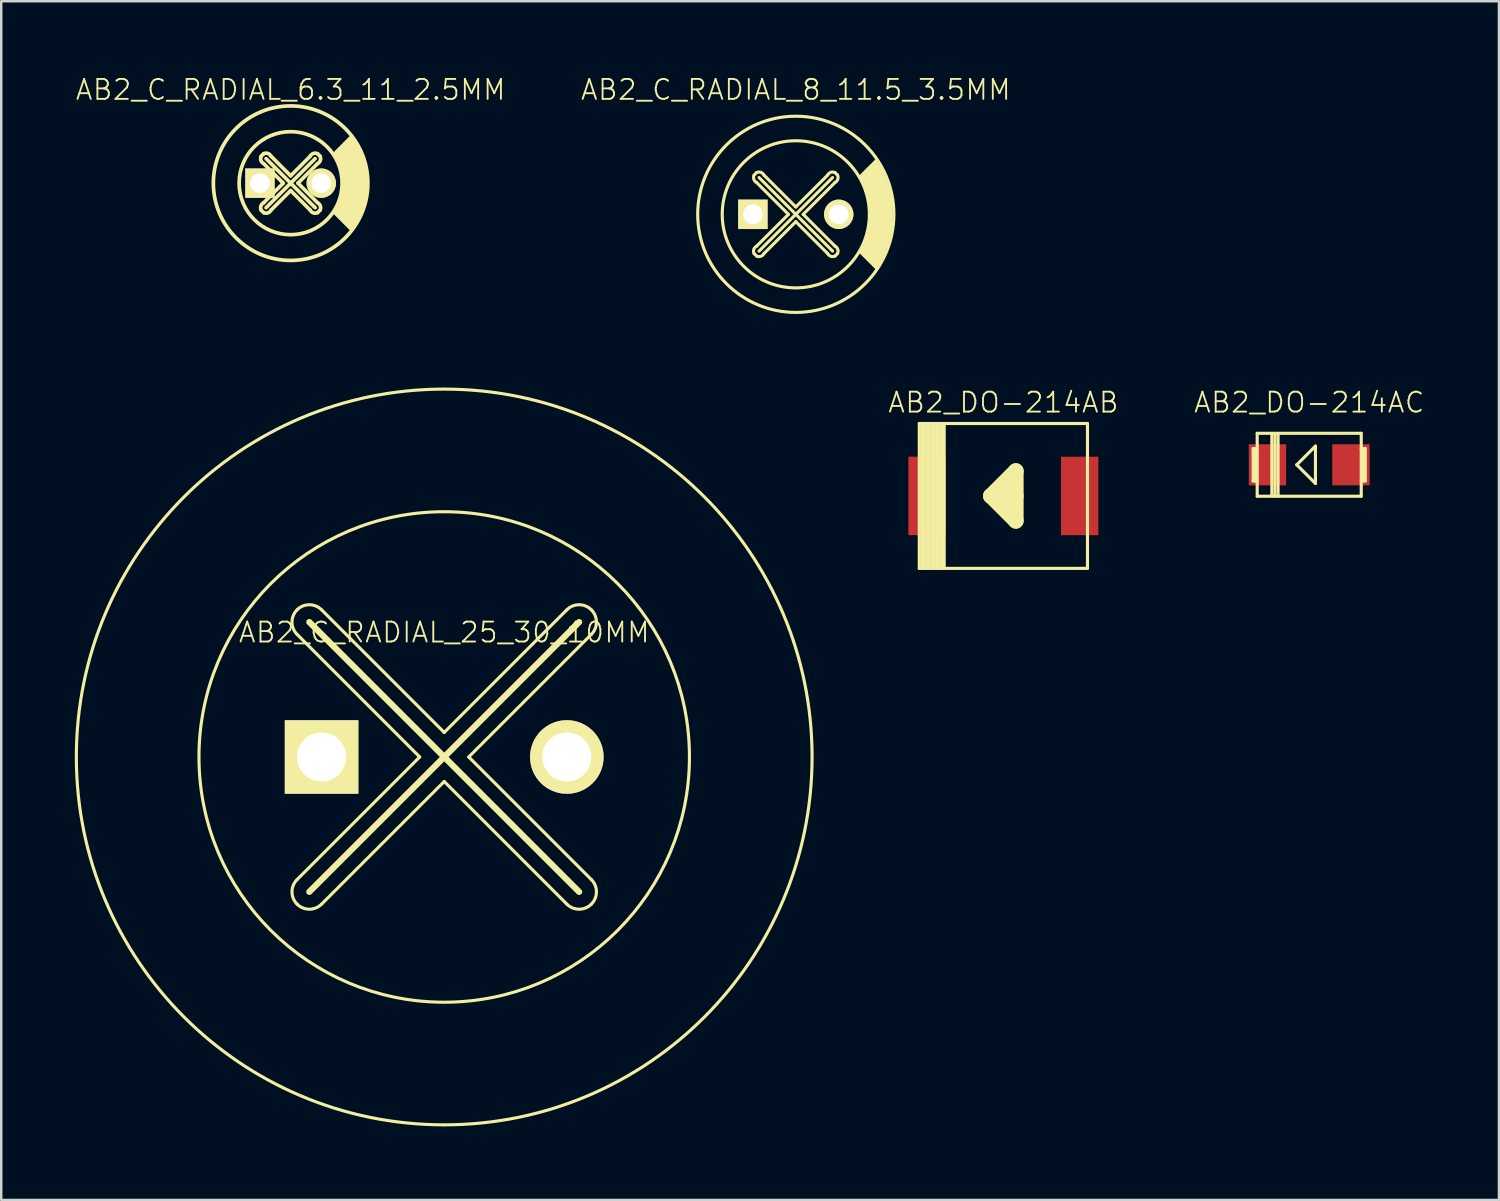
<source format=kicad_pcb>
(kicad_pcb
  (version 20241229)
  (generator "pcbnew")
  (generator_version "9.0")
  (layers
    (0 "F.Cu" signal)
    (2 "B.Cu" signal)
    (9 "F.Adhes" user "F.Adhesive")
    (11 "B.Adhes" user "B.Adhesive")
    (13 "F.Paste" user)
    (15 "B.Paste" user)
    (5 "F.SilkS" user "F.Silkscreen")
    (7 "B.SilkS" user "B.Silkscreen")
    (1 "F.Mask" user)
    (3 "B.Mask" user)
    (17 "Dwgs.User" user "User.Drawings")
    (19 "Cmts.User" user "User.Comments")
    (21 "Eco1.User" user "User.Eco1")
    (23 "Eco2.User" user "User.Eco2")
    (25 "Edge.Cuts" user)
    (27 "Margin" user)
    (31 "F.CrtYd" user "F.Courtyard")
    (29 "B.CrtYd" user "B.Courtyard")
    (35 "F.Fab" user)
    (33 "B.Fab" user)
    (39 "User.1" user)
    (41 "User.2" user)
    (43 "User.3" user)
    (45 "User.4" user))
  (footprint "AB2_C_RADIAL_8_11.5_3.5MM"
    (layer "F.Cu")
    (at 29.399 5.689)
    (property "Reference" "AB2_C_RADIAL_8_11.5_3.5MM" (at 0 -5.08 0) (layer "F.SilkS") (effects (font (size 0.813 0.813) (thickness 0.076))))
    (attr through_hole)
    (fp_line (start -1.7 1.6) (end -1.6 1.7) (stroke (width 0.127) (type solid)) (layer "F.SilkS"))
    (fp_line (start -1.6 -1.7) (end -1.7 -1.6) (stroke (width 0.127) (type solid)) (layer "F.SilkS"))
    (fp_line (start -1.5 -1.5) (end 1.5 1.5) (stroke (width 0.127) (type solid)) (layer "F.SilkS"))
    (fp_line (start -1.5 1.5) (end 1.5 -1.5) (stroke (width 0.127) (type solid)) (layer "F.SilkS"))
    (fp_line (start -0.3 0) (end -1.6 -1.3) (stroke (width 0.127) (type solid)) (layer "F.SilkS"))
    (fp_line (start -0.3 0) (end -1.6 1.3) (stroke (width 0.127) (type solid)) (layer "F.SilkS"))
    (fp_line (start 0 -0.3) (end -1.3 -1.6) (stroke (width 0.127) (type solid)) (layer "F.SilkS"))
    (fp_line (start 0 -0.3) (end 1.3 -1.6) (stroke (width 0.127) (type solid)) (layer "F.SilkS"))
    (fp_line (start 0 0.3) (end -1.3 1.6) (stroke (width 0.127) (type solid)) (layer "F.SilkS"))
    (fp_line (start 0 0.3) (end 1.3 1.6) (stroke (width 0.127) (type solid)) (layer "F.SilkS"))
    (fp_line (start 0.3 0) (end 1.6 -1.3) (stroke (width 0.127) (type solid)) (layer "F.SilkS"))
    (fp_line (start 0.3 0) (end 1.6 1.3) (stroke (width 0.127) (type solid)) (layer "F.SilkS"))
    (fp_line (start 1.6 1.7) (end 1.7 1.6) (stroke (width 0.127) (type solid)) (layer "F.SilkS"))
    (fp_line (start 1.7 -1.6) (end 1.6 -1.7) (stroke (width 0.127) (type solid)) (layer "F.SilkS"))
    (fp_line (start 2.6 -1.5) (end 3.3 -2.2) (stroke (width 0.127) (type solid)) (layer "F.SilkS"))
    (fp_line (start 2.6 1.5) (end 3.3 2.2) (stroke (width 0.127) (type solid)) (layer "F.SilkS"))
    (fp_arc (start -1.7 1.6) (mid -1.712132 1.429289) (end -1.6 1.3) (stroke (width 0.127) (type solid)) (layer "F.SilkS"))
    (fp_arc (start -1.6 -1.7) (mid -1.429289 -1.712132) (end -1.3 -1.6) (stroke (width 0.127) (type solid)) (layer "F.SilkS"))
    (fp_arc (start -1.6 -1.3) (mid -1.712132 -1.429289) (end -1.7 -1.6) (stroke (width 0.127) (type solid)) (layer "F.SilkS"))
    (fp_arc (start -1.3 1.6) (mid -1.429289 1.712132) (end -1.6 1.7) (stroke (width 0.127) (type solid)) (layer "F.SilkS"))
    (fp_arc (start 1.3 -1.6) (mid 1.429289 -1.712132) (end 1.6 -1.7) (stroke (width 0.127) (type solid)) (layer "F.SilkS"))
    (fp_arc (start 1.6 1.3) (mid 1.712132 1.429289) (end 1.7 1.6) (stroke (width 0.127) (type solid)) (layer "F.SilkS"))
    (fp_arc (start 1.6 1.7) (mid 1.429289 1.712132) (end 1.3 1.6) (stroke (width 0.127) (type solid)) (layer "F.SilkS"))
    (fp_arc (start 1.7 -1.6) (mid 1.712132 -1.429289) (end 1.6 -1.3) (stroke (width 0.127) (type solid)) (layer "F.SilkS"))
    (fp_arc (start 2.65 -1.55) (mid 3.069967 -0.017339) (end 2.667339 1.519967) (stroke (width 0.127) (type solid)) (layer "F.SilkS"))
    (fp_arc (start 2.7 -1.6) (mid 3.138394 -0.021947) (end 2.722113 1.562083) (stroke (width 0.127) (type solid)) (layer "F.SilkS"))
    (fp_arc (start 2.75 -1.65) (mid 3.206918 -0.025958) (end 2.776349 1.605268) (stroke (width 0.127) (type solid)) (layer "F.SilkS"))
    (fp_arc (start 2.8 -1.7) (mid 3.275536 -0.02937) (end 2.830034 1.649518) (stroke (width 0.127) (type solid)) (layer "F.SilkS"))
    (fp_arc (start 2.85 -1.75) (mid 3.344243 -0.032184) (end 2.883152 1.694825) (stroke (width 0.127) (type solid)) (layer "F.SilkS"))
    (fp_arc (start 2.9 -1.8) (mid 3.413036 -0.034399) (end 2.93569 1.741184) (stroke (width 0.127) (type solid)) (layer "F.SilkS"))
    (fp_arc (start 2.95 -1.85) (mid 3.481911 -0.036013) (end 2.987634 1.788587) (stroke (width 0.127) (type solid)) (layer "F.SilkS"))
    (fp_arc (start 3 -1.9) (mid 3.550863 -0.037028) (end 3.038969 1.837027) (stroke (width 0.127) (type solid)) (layer "F.SilkS"))
    (fp_arc (start 3.05 -1.95) (mid 3.619889 -0.03744) (end 3.08968 1.886498) (stroke (width 0.127) (type solid)) (layer "F.SilkS"))
    (fp_arc (start 3.1 -2) (mid 3.688985 -0.037251) (end 3.139755 1.936992) (stroke (width 0.127) (type solid)) (layer "F.SilkS"))
    (fp_arc (start 3.15 -2.05) (mid 3.758147 -0.036459) (end 3.189178 1.988502) (stroke (width 0.127) (type solid)) (layer "F.SilkS"))
    (fp_arc (start 3.2 -2.1) (mid 3.827371 -0.035064) (end 3.237937 2.04102) (stroke (width 0.127) (type solid)) (layer "F.SilkS"))
    (fp_arc (start 3.25 -2.15) (mid 3.896653 -0.033065) (end 3.286017 2.094539) (stroke (width 0.127) (type solid)) (layer "F.SilkS"))
    (fp_circle (center 0 0) (end 0 -4) (stroke (width 0.127) (type solid)) (fill no) (layer "F.SilkS"))
    (fp_circle (center 0 0) (end 0 -3) (stroke (width 0.127) (type solid)) (fill no) (layer "F.SilkS"))
    (pad "1" thru_hole rect (at -1.75 0) (size 1.2 1.2) (drill 0.8) (layers "*.Cu" "*.Mask" "F.SilkS"))
    (pad "2" thru_hole circle (at 1.75 0) (size 1.2 1.2) (drill 0.8) (layers "*.Cu" "*.Mask" "F.SilkS")))
  (footprint "AB2_DO-214AC"
    (layer "F.Cu")
    (at 50.334 15.902)
    (property "Reference" "AB2_DO-214AC" (at 0 -2.54 0) (layer "F.SilkS") (effects (font (size 0.813 0.813) (thickness 0.076))))
    (attr through_hole)
    (fp_line (start -2.286 -0.66) (end -2.286 0.66) (stroke (width 0.127) (type solid)) (layer "F.SilkS"))
    (fp_line (start -2.286 0.66) (end -2.121 0.66) (stroke (width 0.127) (type solid)) (layer "F.SilkS"))
    (fp_line (start -2.197 0.66) (end -2.197 -0.66) (stroke (width 0.127) (type solid)) (layer "F.SilkS"))
    (fp_line (start -2.121 -1.283) (end 2.121 -1.283) (stroke (width 0.127) (type solid)) (layer "F.SilkS"))
    (fp_line (start -2.121 -0.66) (end -2.286 -0.66) (stroke (width 0.127) (type solid)) (layer "F.SilkS"))
    (fp_line (start -2.121 1.283) (end -2.121 -1.283) (stroke (width 0.127) (type solid)) (layer "F.SilkS"))
    (fp_line (start -1.524 -1.27) (end -1.524 1.27) (stroke (width 0.127) (type solid)) (layer "F.SilkS"))
    (fp_line (start -1.397 -1.27) (end -1.397 1.27) (stroke (width 0.127) (type solid)) (layer "F.SilkS"))
    (fp_line (start -1.27 1.27) (end -1.27 -1.27) (stroke (width 0.127) (type solid)) (layer "F.SilkS"))
    (fp_line (start -0.508 0) (end 0.254 -0.762) (stroke (width 0.127) (type solid)) (layer "F.SilkS"))
    (fp_line (start 0.254 -0.762) (end 0.254 0.762) (stroke (width 0.127) (type solid)) (layer "F.SilkS"))
    (fp_line (start 0.254 0.762) (end -0.508 0) (stroke (width 0.127) (type solid)) (layer "F.SilkS"))
    (fp_line (start 2.121 -1.283) (end 2.121 1.283) (stroke (width 0.127) (type solid)) (layer "F.SilkS"))
    (fp_line (start 2.121 0.66) (end 2.286 0.66) (stroke (width 0.127) (type solid)) (layer "F.SilkS"))
    (fp_line (start 2.121 1.283) (end -2.121 1.283) (stroke (width 0.127) (type solid)) (layer "F.SilkS"))
    (fp_line (start 2.197 -0.66) (end 2.197 0.66) (stroke (width 0.127) (type solid)) (layer "F.SilkS"))
    (fp_line (start 2.286 -0.66) (end 2.121 -0.66) (stroke (width 0.127) (type solid)) (layer "F.SilkS"))
    (fp_line (start 2.286 0.66) (end 2.286 -0.66) (stroke (width 0.127) (type solid)) (layer "F.SilkS"))
    (pad "1" smd rect (at 1.702 0) (size 1.524 1.676) (layers "F.Cu" "F.Mask" "F.Paste"))
    (pad "2" smd rect (at -1.702 0) (size 1.524 1.676) (layers "F.Cu" "F.Mask" "F.Paste")))
  (footprint "AB2_DO-214AB"
    (layer "F.Cu")
    (at 37.863 17.172)
    (property "Reference" "AB2_DO-214AB" (at 0 -3.81 0) (layer "F.SilkS") (effects (font (size 0.813 0.813) (thickness 0.076))))
    (attr through_hole)
    (fp_line (start -3.429 -2.953) (end 3.429 -2.953) (stroke (width 0.127) (type solid)) (layer "F.SilkS"))
    (fp_line (start -3.429 2.953) (end -3.429 -2.953) (stroke (width 0.127) (type solid)) (layer "F.SilkS"))
    (fp_line (start -3.327 -2.946) (end -3.327 2.946) (stroke (width 0.127) (type solid)) (layer "F.SilkS"))
    (fp_line (start -3.226 2.946) (end -3.226 -2.946) (stroke (width 0.127) (type solid)) (layer "F.SilkS"))
    (fp_line (start -3.124 -2.946) (end -3.124 2.946) (stroke (width 0.127) (type solid)) (layer "F.SilkS"))
    (fp_line (start -3.023 2.946) (end -3.023 -2.946) (stroke (width 0.127) (type solid)) (layer "F.SilkS"))
    (fp_line (start -2.921 -2.946) (end -2.921 2.946) (stroke (width 0.127) (type solid)) (layer "F.SilkS"))
    (fp_line (start -2.819 2.946) (end -2.819 -2.946) (stroke (width 0.127) (type solid)) (layer "F.SilkS"))
    (fp_line (start -2.718 2.946) (end -2.718 -2.946) (stroke (width 0.127) (type solid)) (layer "F.SilkS"))
    (fp_line (start -2.616 -2.946) (end -2.616 2.946) (stroke (width 0.127) (type solid)) (layer "F.SilkS"))
    (fp_line (start -2.515 2.946) (end -2.515 -2.946) (stroke (width 0.127) (type solid)) (layer "F.SilkS"))
    (fp_line (start -2.413 -2.946) (end -2.413 2.946) (stroke (width 0.127) (type solid)) (layer "F.SilkS"))
    (fp_line (start -0.508 0) (end 0.508 -1.016) (stroke (width 0.635) (type solid)) (layer "F.SilkS"))
    (fp_line (start -0.508 0) (end 0.508 0) (stroke (width 0.635) (type solid)) (layer "F.SilkS"))
    (fp_line (start -0.508 0) (end 0.508 1.016) (stroke (width 0.635) (type solid)) (layer "F.SilkS"))
    (fp_line (start 0.508 -1.016) (end 0.508 1.016) (stroke (width 0.635) (type solid)) (layer "F.SilkS"))
    (fp_line (start 3.429 -2.953) (end 3.429 2.953) (stroke (width 0.127) (type solid)) (layer "F.SilkS"))
    (fp_line (start 3.429 2.953) (end -3.429 2.953) (stroke (width 0.127) (type solid)) (layer "F.SilkS"))
    (pad "1" smd rect (at 3.111 0) (size 1.524 3.2) (layers "F.Cu" "F.Mask" "F.Paste"))
    (pad "2" smd rect (at -3.111 0) (size 1.524 3.2) (layers "F.Cu" "F.Mask" "F.Paste")))
  (footprint "AB2_C_RADIAL_25_30_10MM"
    (layer "F.Cu")
    (at 15.063 27.816)
    (property "Reference" "AB2_C_RADIAL_25_30_10MM" (at 0 -5.08 0) (layer "F.SilkS") (effects (font (size 0.813 0.813) (thickness 0.076))))
    (attr through_hole)
    (fp_line (start -5.5 -5.5) (end 5.5 5.5) (stroke (width 0.254) (type solid)) (layer "F.SilkS"))
    (fp_line (start -5 6) (end 0 1) (stroke (width 0.127) (type solid)) (layer "F.SilkS"))
    (fp_line (start -1 0) (end -6 -5) (stroke (width 0.127) (type solid)) (layer "F.SilkS"))
    (fp_line (start -1 0) (end -6 5) (stroke (width 0.127) (type solid)) (layer "F.SilkS"))
    (fp_line (start 0 -1) (end -5 -6) (stroke (width 0.127) (type solid)) (layer "F.SilkS"))
    (fp_line (start 0 -1) (end 5 -6) (stroke (width 0.127) (type solid)) (layer "F.SilkS"))
    (fp_line (start 0 1) (end 5 6) (stroke (width 0.127) (type solid)) (layer "F.SilkS"))
    (fp_line (start 1 0) (end 6 -5) (stroke (width 0.127) (type solid)) (layer "F.SilkS"))
    (fp_line (start 5.5 -5.5) (end -5.5 5.5) (stroke (width 0.254) (type solid)) (layer "F.SilkS"))
    (fp_line (start 6 5) (end 1 0) (stroke (width 0.127) (type solid)) (layer "F.SilkS"))
    (fp_arc (start -6 -6) (mid -5.5 -6.207107) (end -5 -6) (stroke (width 0.127) (type solid)) (layer "F.SilkS"))
    (fp_arc (start -6 -5) (mid -6.207107 -5.5) (end -6 -6) (stroke (width 0.127) (type solid)) (layer "F.SilkS"))
    (fp_arc (start -6 6) (mid -6.207107 5.5) (end -6 5) (stroke (width 0.127) (type solid)) (layer "F.SilkS"))
    (fp_arc (start -5 6) (mid -5.5 6.207107) (end -6 6) (stroke (width 0.127) (type solid)) (layer "F.SilkS"))
    (fp_arc (start 5 -6) (mid 5.5 -6.207107) (end 6 -6) (stroke (width 0.127) (type solid)) (layer "F.SilkS"))
    (fp_arc (start 6 -6) (mid 6.207107 -5.5) (end 6 -5) (stroke (width 0.127) (type solid)) (layer "F.SilkS"))
    (fp_arc (start 6 5) (mid 6.207107 5.5) (end 6 6) (stroke (width 0.127) (type solid)) (layer "F.SilkS"))
    (fp_arc (start 6 6) (mid 5.5 6.207107) (end 5 6) (stroke (width 0.127) (type solid)) (layer "F.SilkS"))
    (fp_circle (center 0 0) (end 0 -15) (stroke (width 0.127) (type solid)) (fill no) (layer "F.SilkS"))
    (fp_circle (center 0 0) (end 0 -10) (stroke (width 0.127) (type solid)) (fill no) (layer "F.SilkS"))
    (pad "1" thru_hole rect (at -5 0) (size 3 3) (drill 2) (layers "*.Cu" "*.Mask" "F.SilkS"))
    (pad "2" thru_hole circle (at 5 0) (size 3 3) (drill 2) (layers "*.Cu" "*.Mask" "F.SilkS")))
  (footprint "AB2_C_RADIAL_6.3_11_2.5MM"
    (layer "F.Cu")
    (at 8.8 4.419)
    (property "Reference" "AB2_C_RADIAL_6.3_11_2.5MM" (at 0 -3.81 0) (layer "F.SilkS") (effects (font (size 0.813 0.813) (thickness 0.076))))
    (attr through_hole)
    (fp_line (start -1.2 -1.1) (end -1.1 -1.2) (stroke (width 0.15) (type solid)) (layer "F.SilkS"))
    (fp_line (start -1.2 1.1) (end -1.1 1.2) (stroke (width 0.15) (type solid)) (layer "F.SilkS"))
    (fp_line (start -1 1) (end 1 -1) (stroke (width 0.15) (type solid)) (layer "F.SilkS"))
    (fp_line (start -0.3 0) (end -1.1 -0.8) (stroke (width 0.15) (type solid)) (layer "F.SilkS"))
    (fp_line (start -0.3 0) (end -1.1 0.8) (stroke (width 0.15) (type solid)) (layer "F.SilkS"))
    (fp_line (start 0 -0.3) (end -0.8 -1.1) (stroke (width 0.15) (type solid)) (layer "F.SilkS"))
    (fp_line (start 0 -0.3) (end 0.8 -1.1) (stroke (width 0.15) (type solid)) (layer "F.SilkS"))
    (fp_line (start 0 0.3) (end -0.8 1.1) (stroke (width 0.15) (type solid)) (layer "F.SilkS"))
    (fp_line (start 0 0.3) (end 0.8 1.1) (stroke (width 0.15) (type solid)) (layer "F.SilkS"))
    (fp_line (start 0.3 0) (end 1.1 -0.8) (stroke (width 0.15) (type solid)) (layer "F.SilkS"))
    (fp_line (start 0.3 0) (end 1.1 0.8) (stroke (width 0.15) (type solid)) (layer "F.SilkS"))
    (fp_line (start 1 1) (end -1 -1) (stroke (width 0.15) (type solid)) (layer "F.SilkS"))
    (fp_line (start 1.1 -1.2) (end 1.2 -1.1) (stroke (width 0.15) (type solid)) (layer "F.SilkS"))
    (fp_line (start 1.1 1.2) (end 1.2 1.1) (stroke (width 0.15) (type solid)) (layer "F.SilkS"))
    (fp_line (start 1.8 -1.2) (end 2.5 -1.9) (stroke (width 0.15) (type solid)) (layer "F.SilkS"))
    (fp_line (start 1.8 1.2) (end 2.5 1.9) (stroke (width 0.15) (type solid)) (layer "F.SilkS"))
    (fp_arc (start -1.2 1.1) (mid -1.212132 0.929289) (end -1.1 0.8) (stroke (width 0.15) (type solid)) (layer "F.SilkS"))
    (fp_arc (start -1.1 -1.2) (mid -0.929289 -1.212132) (end -0.8 -1.1) (stroke (width 0.15) (type solid)) (layer "F.SilkS"))
    (fp_arc (start -1.1 -0.8) (mid -1.212132 -0.929289) (end -1.2 -1.1) (stroke (width 0.15) (type solid)) (layer "F.SilkS"))
    (fp_arc (start -0.8 1.1) (mid -0.929289 1.212132) (end -1.1 1.2) (stroke (width 0.15) (type solid)) (layer "F.SilkS"))
    (fp_arc (start 0.8 -1.1) (mid 0.929289 -1.212132) (end 1.1 -1.2) (stroke (width 0.15) (type solid)) (layer "F.SilkS"))
    (fp_arc (start 1.1 0.8) (mid 1.212132 0.929289) (end 1.2 1.1) (stroke (width 0.15) (type solid)) (layer "F.SilkS"))
    (fp_arc (start 1.1 1.2) (mid 0.929289 1.212132) (end 0.8 1.1) (stroke (width 0.15) (type solid)) (layer "F.SilkS"))
    (fp_arc (start 1.2 -1.1) (mid 1.212132 -0.929289) (end 1.1 -0.8) (stroke (width 0.15) (type solid)) (layer "F.SilkS"))
    (fp_arc (start 1.8 -1.2) (mid 2.162864 -0.04493) (end 1.848282 1.124212) (stroke (width 0.15) (type solid)) (layer "F.SilkS"))
    (fp_arc (start 1.9 -1.3) (mid 2.301505 -0.055458) (end 1.960409 1.206979) (stroke (width 0.15) (type solid)) (layer "F.SilkS"))
    (fp_arc (start 1.9 -1.2) (mid 2.247143 0.018605) (end 1.879871 1.231295) (stroke (width 0.15) (type solid)) (layer "F.SilkS"))
    (fp_arc (start 2 -1.4) (mid 2.440483 -0.063566) (end 2.070169 1.293986) (stroke (width 0.15) (type solid)) (layer "F.SilkS"))
    (fp_arc (start 2 -1.3) (mid 2.385354 0.009414) (end 1.989676 1.315746) (stroke (width 0.15) (type solid)) (layer "F.SilkS"))
    (fp_arc (start 2.1 -1.5) (mid 2.579768 -0.069251) (end 2.17745 1.385176) (stroke (width 0.15) (type solid)) (layer "F.SilkS"))
    (fp_arc (start 2.1 -1.4) (mid 2.523885 0.00264) (end 2.097067 1.40439) (stroke (width 0.15) (type solid)) (layer "F.SilkS"))
    (fp_arc (start 2.2 -1.6) (mid 2.719328 -0.072508) (end 2.282138 1.480488) (stroke (width 0.15) (type solid)) (layer "F.SilkS"))
    (fp_arc (start 2.2 -1.5) (mid 2.662705 -0.001714) (end 2.201929 1.497167) (stroke (width 0.15) (type solid)) (layer "F.SilkS"))
    (fp_arc (start 2.3 -1.7) (mid 2.85913 -0.073333) (end 2.384124 1.579859) (stroke (width 0.15) (type solid)) (layer "F.SilkS"))
    (fp_arc (start 2.3 -1.6) (mid 2.801783 -0.003643) (end 2.304152 1.594014) (stroke (width 0.15) (type solid)) (layer "F.SilkS"))
    (fp_arc (start 2.4 -1.8) (mid 2.999143 -0.071721) (end 2.483297 1.683222) (stroke (width 0.15) (type solid)) (layer "F.SilkS"))
    (fp_arc (start 2.4 -1.7) (mid 2.941087 -0.003142) (end 2.403627 1.694868) (stroke (width 0.15) (type solid)) (layer "F.SilkS"))
    (fp_arc (start 2.5 -1.8) (mid 3.080584 -0.000209) (end 2.500244 1.799661) (stroke (width 0.15) (type solid)) (layer "F.SilkS"))
    (fp_circle (center 0 0) (end 0 -3.15) (stroke (width 0.15) (type solid)) (fill no) (layer "F.SilkS"))
    (fp_circle (center 0 0) (end 0 -2.1) (stroke (width 0.15) (type solid)) (fill no) (layer "F.SilkS"))
    (pad "1" thru_hole rect (at -1.25 0) (size 1.2 1.2) (drill 0.8) (layers "*.Cu" "*.Mask" "F.SilkS"))
    (pad "2" thru_hole circle (at 1.25 0) (size 1.2 1.2) (drill 0.8) (layers "*.Cu" "*.Mask" "F.SilkS")))
  (gr_rect
    (start -3 -3)
    (end 58.07 45.88)
    (stroke (width 0.1) (type default))
    (fill no)
    (layer "Edge.Cuts")))
</source>
